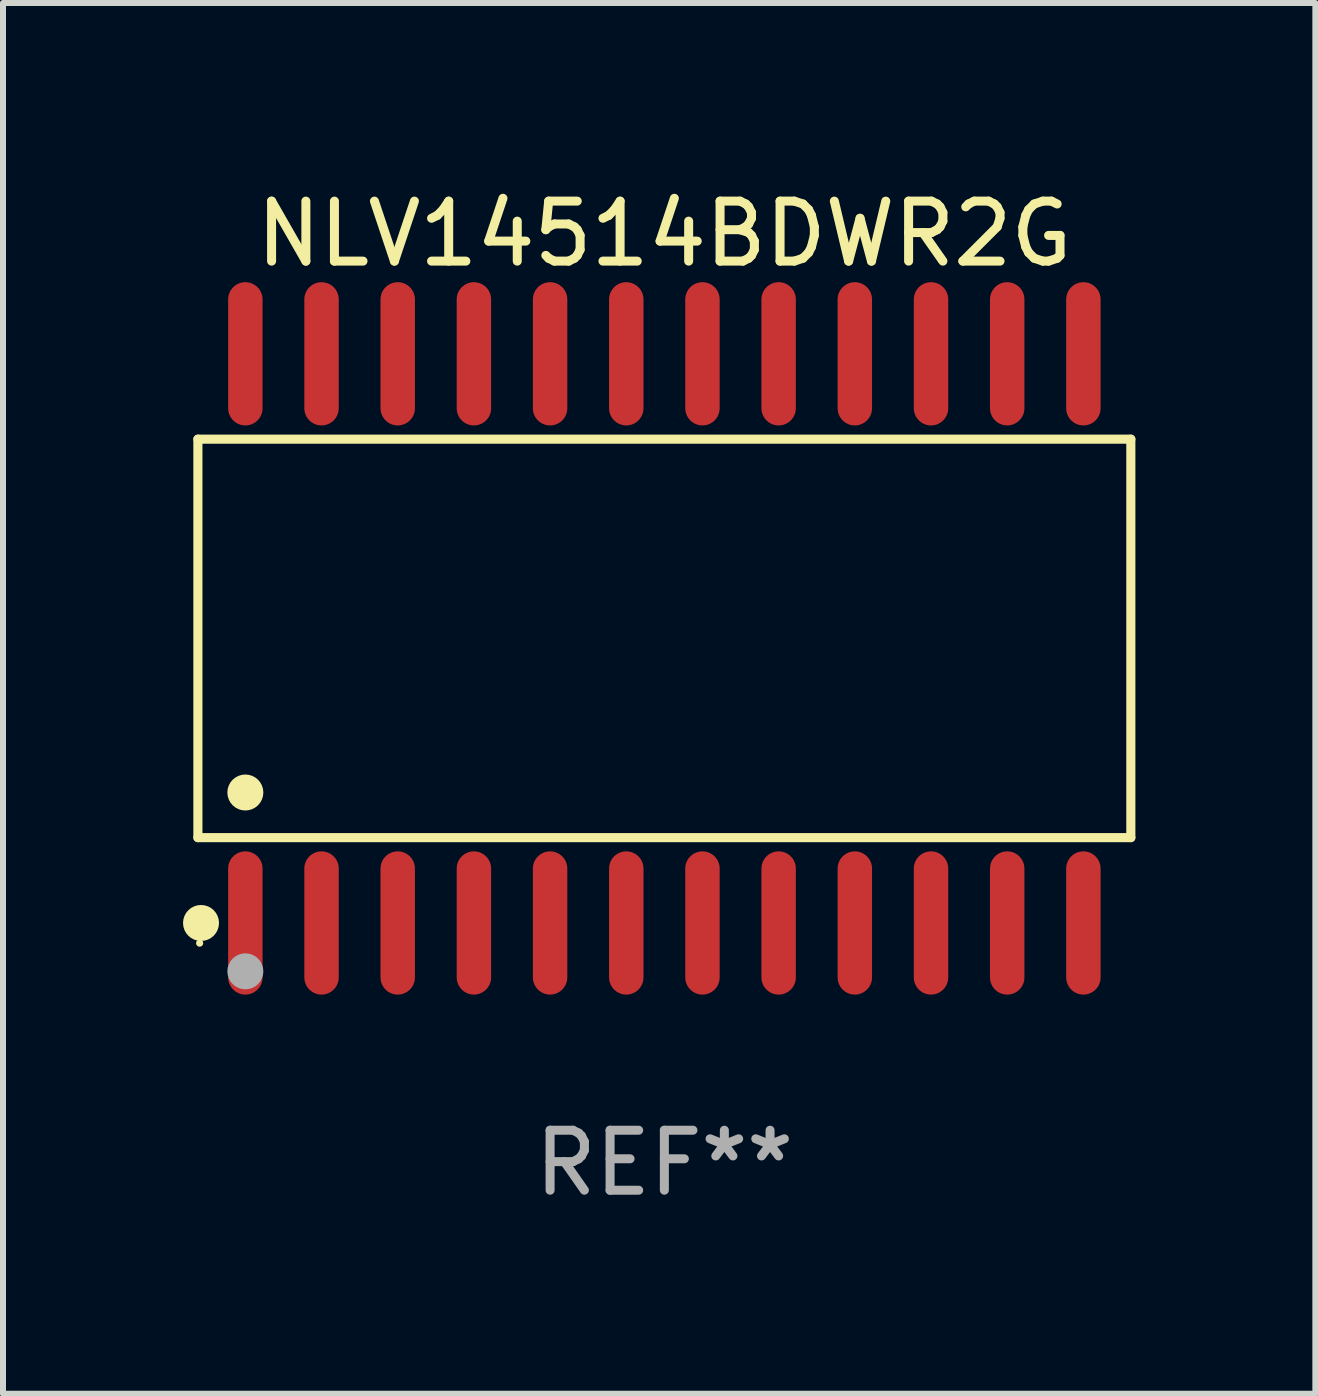
<source format=kicad_pcb>
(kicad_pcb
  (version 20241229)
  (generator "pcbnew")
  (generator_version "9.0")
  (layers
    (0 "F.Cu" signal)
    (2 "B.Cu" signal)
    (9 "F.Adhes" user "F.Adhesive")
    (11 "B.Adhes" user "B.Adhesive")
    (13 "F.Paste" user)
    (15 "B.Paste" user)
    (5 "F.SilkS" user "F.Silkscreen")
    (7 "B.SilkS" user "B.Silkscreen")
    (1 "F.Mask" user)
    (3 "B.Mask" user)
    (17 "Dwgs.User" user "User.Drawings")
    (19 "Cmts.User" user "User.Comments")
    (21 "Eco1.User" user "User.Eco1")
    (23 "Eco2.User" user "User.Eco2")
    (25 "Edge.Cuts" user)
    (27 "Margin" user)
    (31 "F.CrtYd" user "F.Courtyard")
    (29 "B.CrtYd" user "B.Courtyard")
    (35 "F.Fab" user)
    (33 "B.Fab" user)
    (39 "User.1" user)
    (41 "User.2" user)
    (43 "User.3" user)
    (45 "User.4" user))
  (footprint "NLV14514BDWR2G"
    (layer "F.Cu")
    (at 8.025 7.592)
    (property "Reference" "NLV14514BDWR2G" (at 0 -6.744 0) (layer "F.SilkS") (effects (font (size 1 1) (thickness 0.15))))
    (attr through_hole)
    (fp_line (start -7.776 -3.321) (end 7.776 -3.321) (stroke (width 0.152) (type solid)) (layer "F.SilkS"))
    (fp_line (start -7.776 3.321) (end -7.776 -3.321) (stroke (width 0.152) (type solid)) (layer "F.SilkS"))
    (fp_line (start 7.776 -3.321) (end 7.776 3.321) (stroke (width 0.152) (type solid)) (layer "F.SilkS"))
    (fp_line (start 7.776 3.321) (end -7.776 3.321) (stroke (width 0.152) (type solid)) (layer "F.SilkS"))
    (fp_circle (center -7.747 5.08) (end -7.717 5.08) (stroke (width 0.06) (type solid)) (fill no) (layer "F.SilkS"))
    (fp_circle (center -7.724 4.744) (end -7.574 4.744) (stroke (width 0.3) (type solid)) (fill no) (layer "F.SilkS"))
    (fp_circle (center -6.985 2.569) (end -6.835 2.569) (stroke (width 0.3) (type solid)) (fill no) (layer "F.SilkS"))
    (fp_circle (center -6.985 5.55) (end -6.835 5.55) (stroke (width 0.3) (type solid)) (fill no) (layer "F.Fab"))
    (fp_text user "REF**" (at 0 8.744 0) (layer "F.Fab") (effects (font (size 1 1) (thickness 0.15))))
    (pad "1" smd oval (at -6.985 4.744) (size 0.574 2.388) (layers "F.Cu" "F.Mask" "F.Paste"))
    (pad "2" smd oval (at -5.715 4.744) (size 0.574 2.388) (layers "F.Cu" "F.Mask" "F.Paste"))
    (pad "3" smd oval (at -4.445 4.744) (size 0.574 2.388) (layers "F.Cu" "F.Mask" "F.Paste"))
    (pad "4" smd oval (at -3.175 4.744) (size 0.574 2.388) (layers "F.Cu" "F.Mask" "F.Paste"))
    (pad "5" smd oval (at -1.905 4.744) (size 0.574 2.388) (layers "F.Cu" "F.Mask" "F.Paste"))
    (pad "6" smd oval (at -0.635 4.744) (size 0.574 2.388) (layers "F.Cu" "F.Mask" "F.Paste"))
    (pad "7" smd oval (at 0.635 4.744) (size 0.574 2.388) (layers "F.Cu" "F.Mask" "F.Paste"))
    (pad "8" smd oval (at 1.905 4.744) (size 0.574 2.388) (layers "F.Cu" "F.Mask" "F.Paste"))
    (pad "9" smd oval (at 3.175 4.744) (size 0.574 2.388) (layers "F.Cu" "F.Mask" "F.Paste"))
    (pad "10" smd oval (at 4.445 4.744) (size 0.574 2.388) (layers "F.Cu" "F.Mask" "F.Paste"))
    (pad "11" smd oval (at 5.715 4.744) (size 0.574 2.388) (layers "F.Cu" "F.Mask" "F.Paste"))
    (pad "12" smd oval (at 6.985 4.744) (size 0.574 2.388) (layers "F.Cu" "F.Mask" "F.Paste"))
    (pad "13" smd oval (at 6.985 -4.744) (size 0.574 2.388) (layers "F.Cu" "F.Mask" "F.Paste"))
    (pad "14" smd oval (at 5.715 -4.744) (size 0.574 2.388) (layers "F.Cu" "F.Mask" "F.Paste"))
    (pad "15" smd oval (at 4.445 -4.744) (size 0.574 2.388) (layers "F.Cu" "F.Mask" "F.Paste"))
    (pad "16" smd oval (at 3.175 -4.744) (size 0.574 2.388) (layers "F.Cu" "F.Mask" "F.Paste"))
    (pad "17" smd oval (at 1.905 -4.744) (size 0.574 2.388) (layers "F.Cu" "F.Mask" "F.Paste"))
    (pad "18" smd oval (at 0.635 -4.744) (size 0.574 2.388) (layers "F.Cu" "F.Mask" "F.Paste"))
    (pad "19" smd oval (at -0.635 -4.744) (size 0.574 2.388) (layers "F.Cu" "F.Mask" "F.Paste"))
    (pad "20" smd oval (at -1.905 -4.744) (size 0.574 2.388) (layers "F.Cu" "F.Mask" "F.Paste"))
    (pad "21" smd oval (at -3.175 -4.744) (size 0.574 2.388) (layers "F.Cu" "F.Mask" "F.Paste"))
    (pad "22" smd oval (at -4.445 -4.744) (size 0.574 2.388) (layers "F.Cu" "F.Mask" "F.Paste"))
    (pad "23" smd oval (at -5.715 -4.744) (size 0.574 2.388) (layers "F.Cu" "F.Mask" "F.Paste"))
    (pad "24" smd oval (at -6.985 -4.744) (size 0.574 2.388) (layers "F.Cu" "F.Mask" "F.Paste")))
  (gr_rect
    (start -3 -3)
    (end 18.877 20.184)
    (stroke (width 0.1) (type default))
    (fill no)
    (layer "Edge.Cuts")))
</source>
